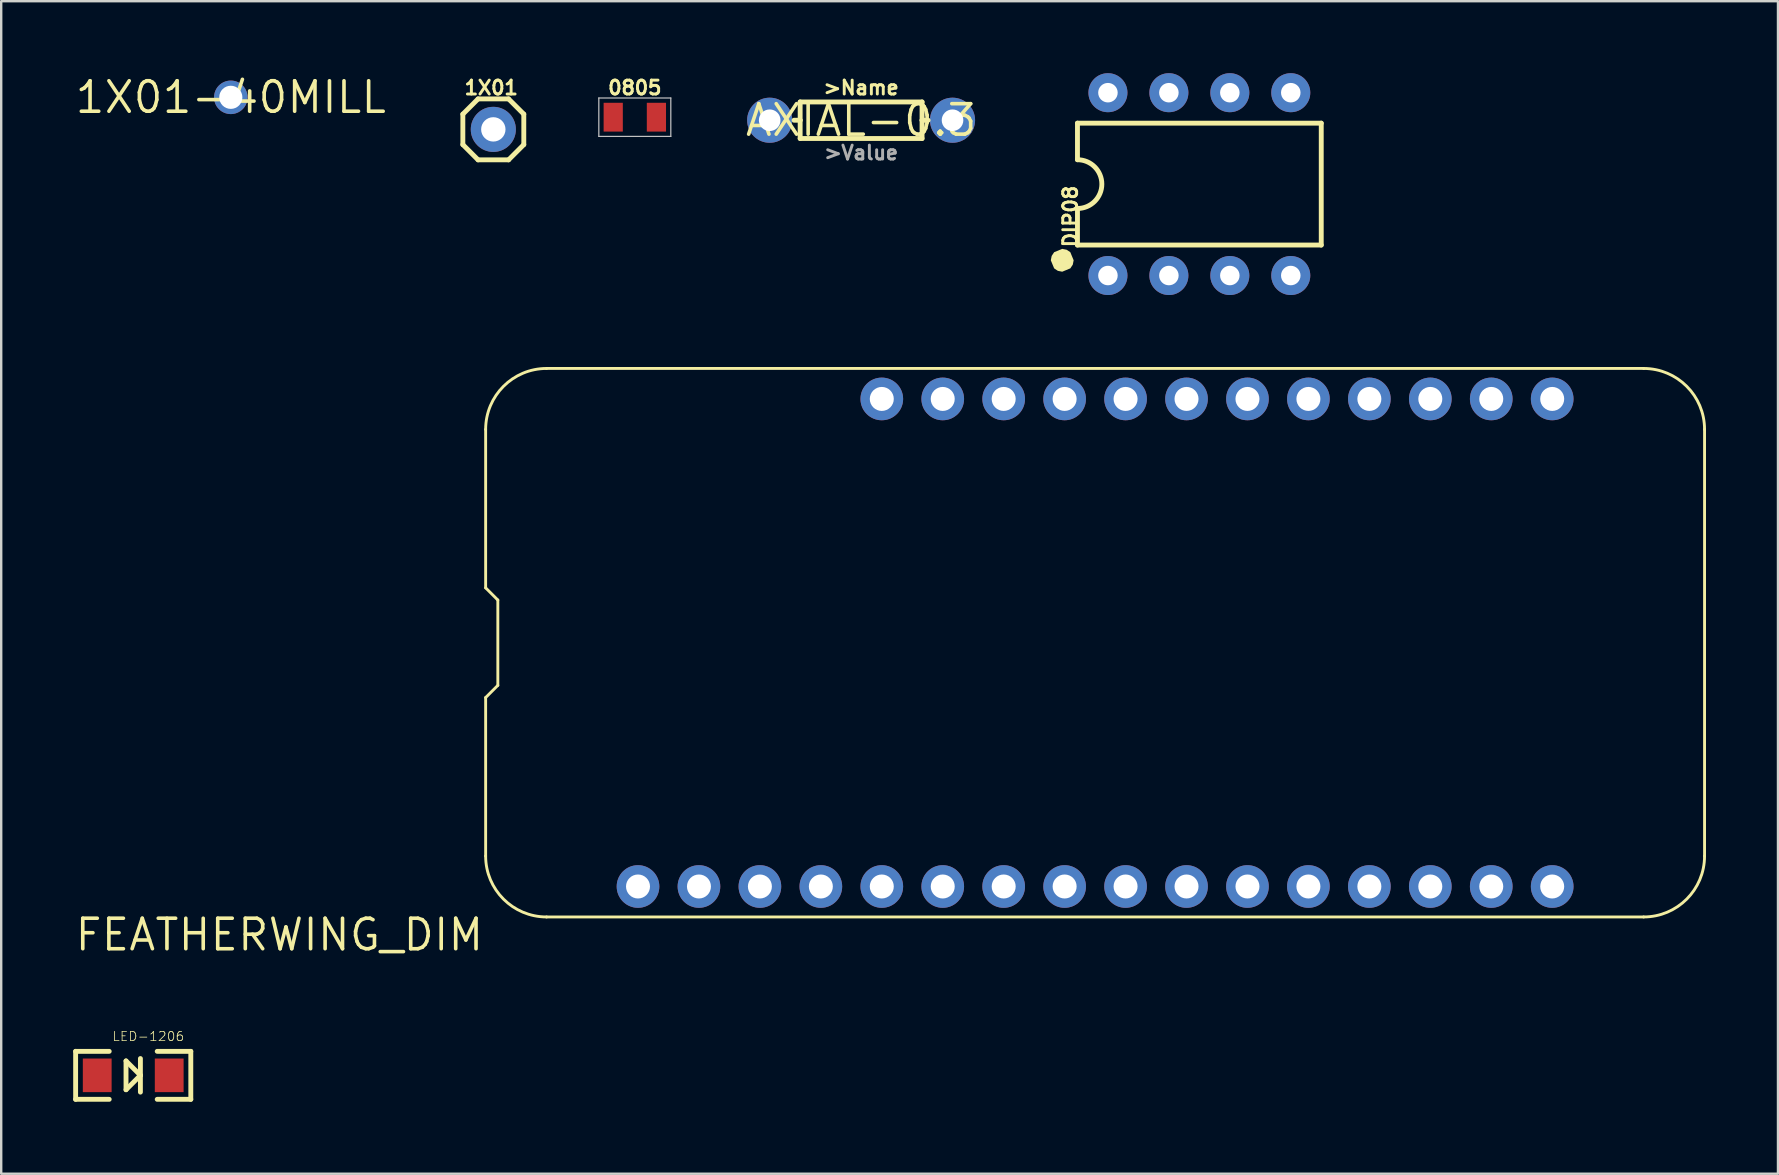
<source format=kicad_pcb>
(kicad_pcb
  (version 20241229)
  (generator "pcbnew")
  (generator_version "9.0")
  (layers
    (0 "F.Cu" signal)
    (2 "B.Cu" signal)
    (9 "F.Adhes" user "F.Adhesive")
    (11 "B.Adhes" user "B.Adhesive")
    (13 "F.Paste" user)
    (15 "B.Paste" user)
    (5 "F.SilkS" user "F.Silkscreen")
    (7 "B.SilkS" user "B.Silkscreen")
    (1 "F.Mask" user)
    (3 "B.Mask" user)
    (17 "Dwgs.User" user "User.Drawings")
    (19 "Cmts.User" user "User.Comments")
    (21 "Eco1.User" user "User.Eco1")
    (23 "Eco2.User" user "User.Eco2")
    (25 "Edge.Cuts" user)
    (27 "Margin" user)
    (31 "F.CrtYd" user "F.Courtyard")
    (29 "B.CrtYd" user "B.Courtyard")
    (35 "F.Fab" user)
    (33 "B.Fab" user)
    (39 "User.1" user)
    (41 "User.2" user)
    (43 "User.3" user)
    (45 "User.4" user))
  (footprint "FEATHERWING_DIM"
    (layer "F.Cu")
    (at 17.19 35.166)
    (property "Reference" "FEATHERWING_DIM" (at 0 0 0) (layer "F.SilkS") (effects (font (size 1.27 1.27) (thickness 0.15)) (justify right top)))
    (attr through_hole)
    (fp_line (start 0 -20.32) (end 0 -13.716) (stroke (width 0.12) (type solid)) (layer "F.SilkS"))
    (fp_line (start 0 -13.716) (end 0.508 -13.208) (stroke (width 0.12) (type solid)) (layer "F.SilkS"))
    (fp_line (start 0 -9.144) (end 0 -2.54) (stroke (width 0.12) (type solid)) (layer "F.SilkS"))
    (fp_line (start 0.508 -13.208) (end 0.508 -9.652) (stroke (width 0.12) (type solid)) (layer "F.SilkS"))
    (fp_line (start 0.508 -9.652) (end 0 -9.144) (stroke (width 0.12) (type solid)) (layer "F.SilkS"))
    (fp_line (start 2.54 0) (end 48.26 0) (stroke (width 0.12) (type solid)) (layer "F.SilkS"))
    (fp_line (start 48.26 -22.86) (end 2.54 -22.86) (stroke (width 0.12) (type solid)) (layer "F.SilkS"))
    (fp_line (start 50.8 -2.54) (end 50.8 -20.32) (stroke (width 0.12) (type solid)) (layer "F.SilkS"))
    (fp_arc (start 0 -20.32) (mid 0.743949 -22.116051) (end 2.54 -22.86) (stroke (width 0.12) (type solid)) (layer "F.SilkS"))
    (fp_arc (start 2.54 0) (mid 0.743949 -0.743949) (end 0 -2.54) (stroke (width 0.12) (type solid)) (layer "F.SilkS"))
    (fp_arc (start 48.26 -22.86) (mid 50.056051 -22.116051) (end 50.8 -20.32) (stroke (width 0.12) (type solid)) (layer "F.SilkS"))
    (fp_arc (start 50.8 -2.54) (mid 50.056051 -0.743949) (end 48.26 0) (stroke (width 0.12) (type solid)) (layer "F.SilkS"))
    (pad "1" thru_hole circle (at 6.35 -1.27) (size 1.778 1.778) (drill 1) (layers "*.Cu" "*.Mask"))
    (pad "2" thru_hole circle (at 8.89 -1.27) (size 1.778 1.778) (drill 1) (layers "*.Cu" "*.Mask"))
    (pad "3" thru_hole circle (at 11.43 -1.27) (size 1.778 1.778) (drill 1) (layers "*.Cu" "*.Mask"))
    (pad "4" thru_hole circle (at 13.97 -1.27) (size 1.778 1.778) (drill 1) (layers "*.Cu" "*.Mask"))
    (pad "5" thru_hole circle (at 16.51 -1.27) (size 1.778 1.778) (drill 1) (layers "*.Cu" "*.Mask"))
    (pad "6" thru_hole circle (at 19.05 -1.27) (size 1.778 1.778) (drill 1) (layers "*.Cu" "*.Mask"))
    (pad "7" thru_hole circle (at 21.59 -1.27) (size 1.778 1.778) (drill 1) (layers "*.Cu" "*.Mask"))
    (pad "8" thru_hole circle (at 24.13 -1.27) (size 1.778 1.778) (drill 1) (layers "*.Cu" "*.Mask"))
    (pad "9" thru_hole circle (at 26.67 -1.27) (size 1.778 1.778) (drill 1) (layers "*.Cu" "*.Mask"))
    (pad "10" thru_hole circle (at 29.21 -1.27) (size 1.778 1.778) (drill 1) (layers "*.Cu" "*.Mask"))
    (pad "11" thru_hole circle (at 31.75 -1.27) (size 1.778 1.778) (drill 1) (layers "*.Cu" "*.Mask"))
    (pad "12" thru_hole circle (at 34.29 -1.27) (size 1.778 1.778) (drill 1) (layers "*.Cu" "*.Mask"))
    (pad "13" thru_hole circle (at 36.83 -1.27) (size 1.778 1.778) (drill 1) (layers "*.Cu" "*.Mask"))
    (pad "14" thru_hole circle (at 39.37 -1.27) (size 1.778 1.778) (drill 1) (layers "*.Cu" "*.Mask"))
    (pad "15" thru_hole circle (at 41.91 -1.27) (size 1.778 1.778) (drill 1) (layers "*.Cu" "*.Mask"))
    (pad "16" thru_hole circle (at 44.45 -1.27) (size 1.778 1.778) (drill 1) (layers "*.Cu" "*.Mask"))
    (pad "17" thru_hole circle (at 44.45 -21.59) (size 1.778 1.778) (drill 1) (layers "*.Cu" "*.Mask"))
    (pad "18" thru_hole circle (at 41.91 -21.59) (size 1.778 1.778) (drill 1) (layers "*.Cu" "*.Mask"))
    (pad "19" thru_hole circle (at 39.37 -21.59) (size 1.778 1.778) (drill 1) (layers "*.Cu" "*.Mask"))
    (pad "20" thru_hole circle (at 36.83 -21.59) (size 1.778 1.778) (drill 1) (layers "*.Cu" "*.Mask"))
    (pad "21" thru_hole circle (at 34.29 -21.59) (size 1.778 1.778) (drill 1) (layers "*.Cu" "*.Mask"))
    (pad "22" thru_hole circle (at 31.75 -21.59) (size 1.778 1.778) (drill 1) (layers "*.Cu" "*.Mask"))
    (pad "23" thru_hole circle (at 29.21 -21.59) (size 1.778 1.778) (drill 1) (layers "*.Cu" "*.Mask"))
    (pad "24" thru_hole circle (at 26.67 -21.59) (size 1.778 1.778) (drill 1) (layers "*.Cu" "*.Mask"))
    (pad "25" thru_hole circle (at 24.13 -21.59) (size 1.778 1.778) (drill 1) (layers "*.Cu" "*.Mask"))
    (pad "26" thru_hole circle (at 21.59 -21.59) (size 1.778 1.778) (drill 1) (layers "*.Cu" "*.Mask"))
    (pad "27" thru_hole circle (at 19.05 -21.59) (size 1.778 1.778) (drill 1) (layers "*.Cu" "*.Mask"))
    (pad "28" thru_hole circle (at 16.51 -21.59) (size 1.778 1.778) (drill 1) (layers "*.Cu" "*.Mask")))
  (footprint "LED-1206"
    (layer "F.Cu")
    (at 2.502 41.766)
    (property "Reference" "LED-1206" (at -0.889 -1.397 0) (layer "F.SilkS") (effects (font (size 0.386 0.386) (thickness 0.033)) (justify left bottom)))
    (attr through_hole)
    (fp_line (start -2.4 -1) (end -2.4 1) (stroke (width 0.203) (type solid)) (layer "F.SilkS"))
    (fp_line (start -2.4 1) (end -1 1) (stroke (width 0.203) (type solid)) (layer "F.SilkS"))
    (fp_line (start -1 -1) (end -2.4 -1) (stroke (width 0.203) (type solid)) (layer "F.SilkS"))
    (fp_line (start -0.3 -0.6) (end -0.3 0.6) (stroke (width 0.203) (type solid)) (layer "F.SilkS"))
    (fp_line (start -0.3 0.6) (end 0.3 0) (stroke (width 0.203) (type solid)) (layer "F.SilkS"))
    (fp_line (start 0.3 -0.7) (end 0.3 0) (stroke (width 0.203) (type solid)) (layer "F.SilkS"))
    (fp_line (start 0.3 0) (end -0.3 -0.6) (stroke (width 0.203) (type solid)) (layer "F.SilkS"))
    (fp_line (start 0.3 0) (end 0.3 0.7) (stroke (width 0.203) (type solid)) (layer "F.SilkS"))
    (fp_line (start 1 -1) (end 2.4 -1) (stroke (width 0.203) (type solid)) (layer "F.SilkS"))
    (fp_line (start 2.4 -1) (end 2.4 1) (stroke (width 0.203) (type solid)) (layer "F.SilkS"))
    (fp_line (start 2.4 1) (end 1 1) (stroke (width 0.203) (type solid)) (layer "F.SilkS"))
    (pad "A" smd rect (at -1.5 0) (size 1.2 1.4) (layers "F.Cu" "F.Mask" "F.Paste"))
    (pad "C" smd rect (at 1.5 0) (size 1.2 1.4) (layers "F.Cu" "F.Mask" "F.Paste")))
  (footprint "1X01-40MILL"
    (layer "F.Cu")
    (at 6.569 1.006)
    (property "Reference" "1X01-40MILL" (at 0 0 0) (layer "F.SilkS") (effects (font (size 1.27 1.27) (thickness 0.15))))
    (attr through_hole)
    (fp_poly (pts (xy -0.254 0.254) (xy 0.254 0.254) (xy 0.254 -0.254) (xy -0.254 -0.254)) (stroke (width 0.1) (type solid)) (fill no) (layer "F.Fab"))
    (pad "1" thru_hole circle (at 0 0 90) (size 1.397 1.397) (drill 0.965) (layers "*.Cu" "*.Mask")))
  (footprint "0805"
    (layer "F.Cu")
    (at 23.407 1.834)
    (property "Reference" "0805" (at 0 -0.889 0) (layer "F.SilkS") (effects (font (size 0.579 0.579) (thickness 0.122)) (justify bottom)))
    (attr through_hole)
    (fp_line (start -1.5 -0.8) (end 1.5 -0.8) (stroke (width 0.051) (type solid)) (layer "Dwgs.User"))
    (fp_line (start -1.5 0.8) (end -1.5 -0.8) (stroke (width 0.051) (type solid)) (layer "Dwgs.User"))
    (fp_line (start 1.5 -0.8) (end 1.5 0.8) (stroke (width 0.051) (type solid)) (layer "Dwgs.User"))
    (fp_line (start 1.5 0.8) (end -1.5 0.8) (stroke (width 0.051) (type solid)) (layer "Dwgs.User"))
    (pad "1" smd rect (at -0.9 0) (size 0.8 1.2) (layers "F.Cu" "F.Mask" "F.Paste"))
    (pad "2" smd rect (at 0.9 0) (size 0.8 1.2) (layers "F.Cu" "F.Mask" "F.Paste")))
  (footprint "AXIAL-0.3"
    (layer "F.Cu")
    (at 32.838 1.961)
    (property "Reference" "AXIAL-0.3" (at 0 0 0) (layer "F.SilkS") (effects (font (size 1.27 1.27) (thickness 0.15))))
    (attr through_hole)
    (fp_line (start -2.54 -0.762) (end 2.54 -0.762) (stroke (width 0.203) (type solid)) (layer "F.SilkS"))
    (fp_line (start -2.54 0) (end -2.794 0) (stroke (width 0.203) (type solid)) (layer "F.SilkS"))
    (fp_line (start -2.54 0) (end -2.54 -0.762) (stroke (width 0.203) (type solid)) (layer "F.SilkS"))
    (fp_line (start -2.54 0.762) (end -2.54 0) (stroke (width 0.203) (type solid)) (layer "F.SilkS"))
    (fp_line (start 2.54 -0.762) (end 2.54 0) (stroke (width 0.203) (type solid)) (layer "F.SilkS"))
    (fp_line (start 2.54 0) (end 2.54 0.762) (stroke (width 0.203) (type solid)) (layer "F.SilkS"))
    (fp_line (start 2.54 0) (end 2.794 0) (stroke (width 0.203) (type solid)) (layer "F.SilkS"))
    (fp_line (start 2.54 0.762) (end -2.54 0.762) (stroke (width 0.203) (type solid)) (layer "F.SilkS"))
    (fp_text user ">Name" (at 0 -1.016 0) (layer "F.SilkS") (effects (font (size 0.579 0.579) (thickness 0.122)) (justify bottom)))
    (fp_text user ">Value" (at 0 1.016 0) (layer "F.Fab") (effects (font (size 0.579 0.579) (thickness 0.122)) (justify top)))
    (pad "P$1" thru_hole circle (at -3.81 0) (size 1.88 1.88) (drill 0.9) (layers "*.Cu" "*.Mask"))
    (pad "P$2" thru_hole circle (at 3.81 0) (size 1.88 1.88) (drill 0.9) (layers "*.Cu" "*.Mask")))
  (footprint "1X01"
    (layer "F.Cu")
    (at 17.51 2.342)
    (property "Reference" "1X01" (at -1.27 -1.397 0) (layer "F.SilkS") (effects (font (size 0.579 0.579) (thickness 0.122)) (justify left bottom)))
    (attr through_hole)
    (fp_line (start -1.27 -0.635) (end -1.27 0.635) (stroke (width 0.203) (type solid)) (layer "F.SilkS"))
    (fp_line (start -1.27 0.635) (end -0.635 1.27) (stroke (width 0.203) (type solid)) (layer "F.SilkS"))
    (fp_line (start -0.635 -1.27) (end -1.27 -0.635) (stroke (width 0.203) (type solid)) (layer "F.SilkS"))
    (fp_line (start -0.635 1.27) (end 0.635 1.27) (stroke (width 0.203) (type solid)) (layer "F.SilkS"))
    (fp_line (start 0.635 -1.27) (end -0.635 -1.27) (stroke (width 0.203) (type solid)) (layer "F.SilkS"))
    (fp_line (start 0.635 1.27) (end 1.27 0.635) (stroke (width 0.203) (type solid)) (layer "F.SilkS"))
    (fp_line (start 1.27 -0.635) (end 0.635 -1.27) (stroke (width 0.203) (type solid)) (layer "F.SilkS"))
    (fp_line (start 1.27 0.635) (end 1.27 -0.635) (stroke (width 0.203) (type solid)) (layer "F.SilkS"))
    (fp_poly (pts (xy -0.254 0.254) (xy 0.254 0.254) (xy 0.254 -0.254) (xy -0.254 -0.254)) (stroke (width 0.1) (type solid)) (fill no) (layer "F.Fab"))
    (pad "1" thru_hole circle (at 0 0 90) (size 1.88 1.88) (drill 1.016) (layers "*.Cu" "*.Mask")))
  (footprint "DIP08"
    (layer "F.Cu")
    (at 46.935 4.623)
    (property "Reference" "DIP08" (at -5.715 0 90) (layer "F.SilkS") (effects (font (size 0.579 0.579) (thickness 0.122)) (justify right top)))
    (attr through_hole)
    (fp_line (start -5.08 -2.54) (end -5.08 -1.016) (stroke (width 0.203) (type solid)) (layer "F.SilkS"))
    (fp_line (start -5.08 2.54) (end -5.08 1.016) (stroke (width 0.203) (type solid)) (layer "F.SilkS"))
    (fp_line (start -5.08 2.54) (end 5.08 2.54) (stroke (width 0.203) (type solid)) (layer "F.SilkS"))
    (fp_line (start 5.08 -2.54) (end -5.08 -2.54) (stroke (width 0.203) (type solid)) (layer "F.SilkS"))
    (fp_line (start 5.08 -2.54) (end 5.08 2.54) (stroke (width 0.203) (type solid)) (layer "F.SilkS"))
    (fp_arc (start -5.08 -1.016) (mid -4.064 0) (end -5.08 1.016) (stroke (width 0.2032) (type solid)) (layer "F.SilkS"))
    (fp_poly (pts (xy -6.191 3.175) (xy -6.155 2.993) (xy -6.052 2.838) (xy -5.715 2.699) (xy -5.533 2.735) (xy -5.378 2.838) (xy -5.239 3.175) (xy -5.275 3.357) (xy -5.378 3.512) (xy -5.715 3.651) (xy -5.897 3.615) (xy -6.052 3.512)) (stroke (width 0) (type solid)) (fill yes) (layer "F.SilkS"))
    (pad "1" thru_hole circle (at -3.81 3.81 90) (size 1.626 1.626) (drill 0.813) (layers "*.Cu" "*.Mask"))
    (pad "2" thru_hole circle (at -1.27 3.81 90) (size 1.626 1.626) (drill 0.813) (layers "*.Cu" "*.Mask"))
    (pad "3" thru_hole circle (at 1.27 3.81 90) (size 1.626 1.626) (drill 0.813) (layers "*.Cu" "*.Mask"))
    (pad "4" thru_hole circle (at 3.81 3.81 90) (size 1.626 1.626) (drill 0.813) (layers "*.Cu" "*.Mask"))
    (pad "5" thru_hole circle (at 3.81 -3.81 90) (size 1.626 1.626) (drill 0.813) (layers "*.Cu" "*.Mask"))
    (pad "6" thru_hole circle (at 1.27 -3.81 90) (size 1.626 1.626) (drill 0.813) (layers "*.Cu" "*.Mask"))
    (pad "7" thru_hole circle (at -1.27 -3.81 90) (size 1.626 1.626) (drill 0.813) (layers "*.Cu" "*.Mask"))
    (pad "8" thru_hole circle (at -3.81 -3.81 90) (size 1.626 1.626) (drill 0.813) (layers "*.Cu" "*.Mask")))
  (gr_rect
    (start -3 -3)
    (end 71.05 45.868)
    (stroke (width 0.1) (type default))
    (fill no)
    (layer "Edge.Cuts")))
</source>
